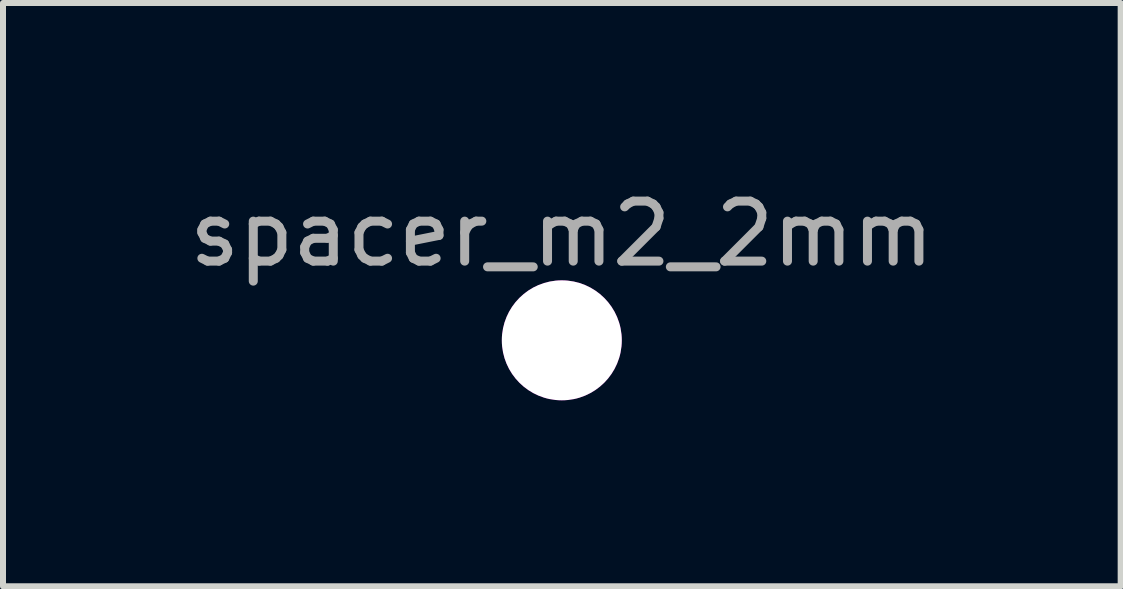
<source format=kicad_pcb>
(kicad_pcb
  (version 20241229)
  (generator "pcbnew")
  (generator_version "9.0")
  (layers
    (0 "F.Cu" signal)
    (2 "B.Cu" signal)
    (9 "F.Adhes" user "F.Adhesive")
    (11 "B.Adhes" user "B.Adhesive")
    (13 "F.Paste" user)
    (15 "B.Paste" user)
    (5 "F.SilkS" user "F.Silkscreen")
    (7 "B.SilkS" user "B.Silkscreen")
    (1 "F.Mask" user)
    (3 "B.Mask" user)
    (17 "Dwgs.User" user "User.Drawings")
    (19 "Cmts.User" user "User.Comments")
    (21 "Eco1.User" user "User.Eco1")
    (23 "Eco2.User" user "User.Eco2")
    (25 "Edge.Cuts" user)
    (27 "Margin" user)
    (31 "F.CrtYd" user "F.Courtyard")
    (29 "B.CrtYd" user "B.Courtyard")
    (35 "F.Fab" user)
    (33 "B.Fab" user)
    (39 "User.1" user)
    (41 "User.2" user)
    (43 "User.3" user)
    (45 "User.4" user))
  (footprint "spacer_m2_2mm"
    (layer "F.Cu")
    (at 6.315 2.623)
    (property "Reference" "spacer_m2_2mm" (at 0 -1.775 0) (layer "F.Fab") (effects (font (size 1 1) (thickness 0.15))))
    (attr exclude_from_pos_files exclude_from_bom)
    (pad "" np_thru_hole circle (at 0 0) (size 2 2) (drill 2.2) (layers "*.Cu" "*.Mask"))
    (pad "" smd circle (at 0 0) (size 2 2) (layers "F.Adhes"))
    (pad "" smd circle (at 0 0) (size 2 2) (layers "B.Adhes")))
  (gr_rect
    (start -3 -3)
    (end 15.631 6.723)
    (stroke (width 0.1) (type default))
    (fill no)
    (layer "Edge.Cuts")))
</source>
